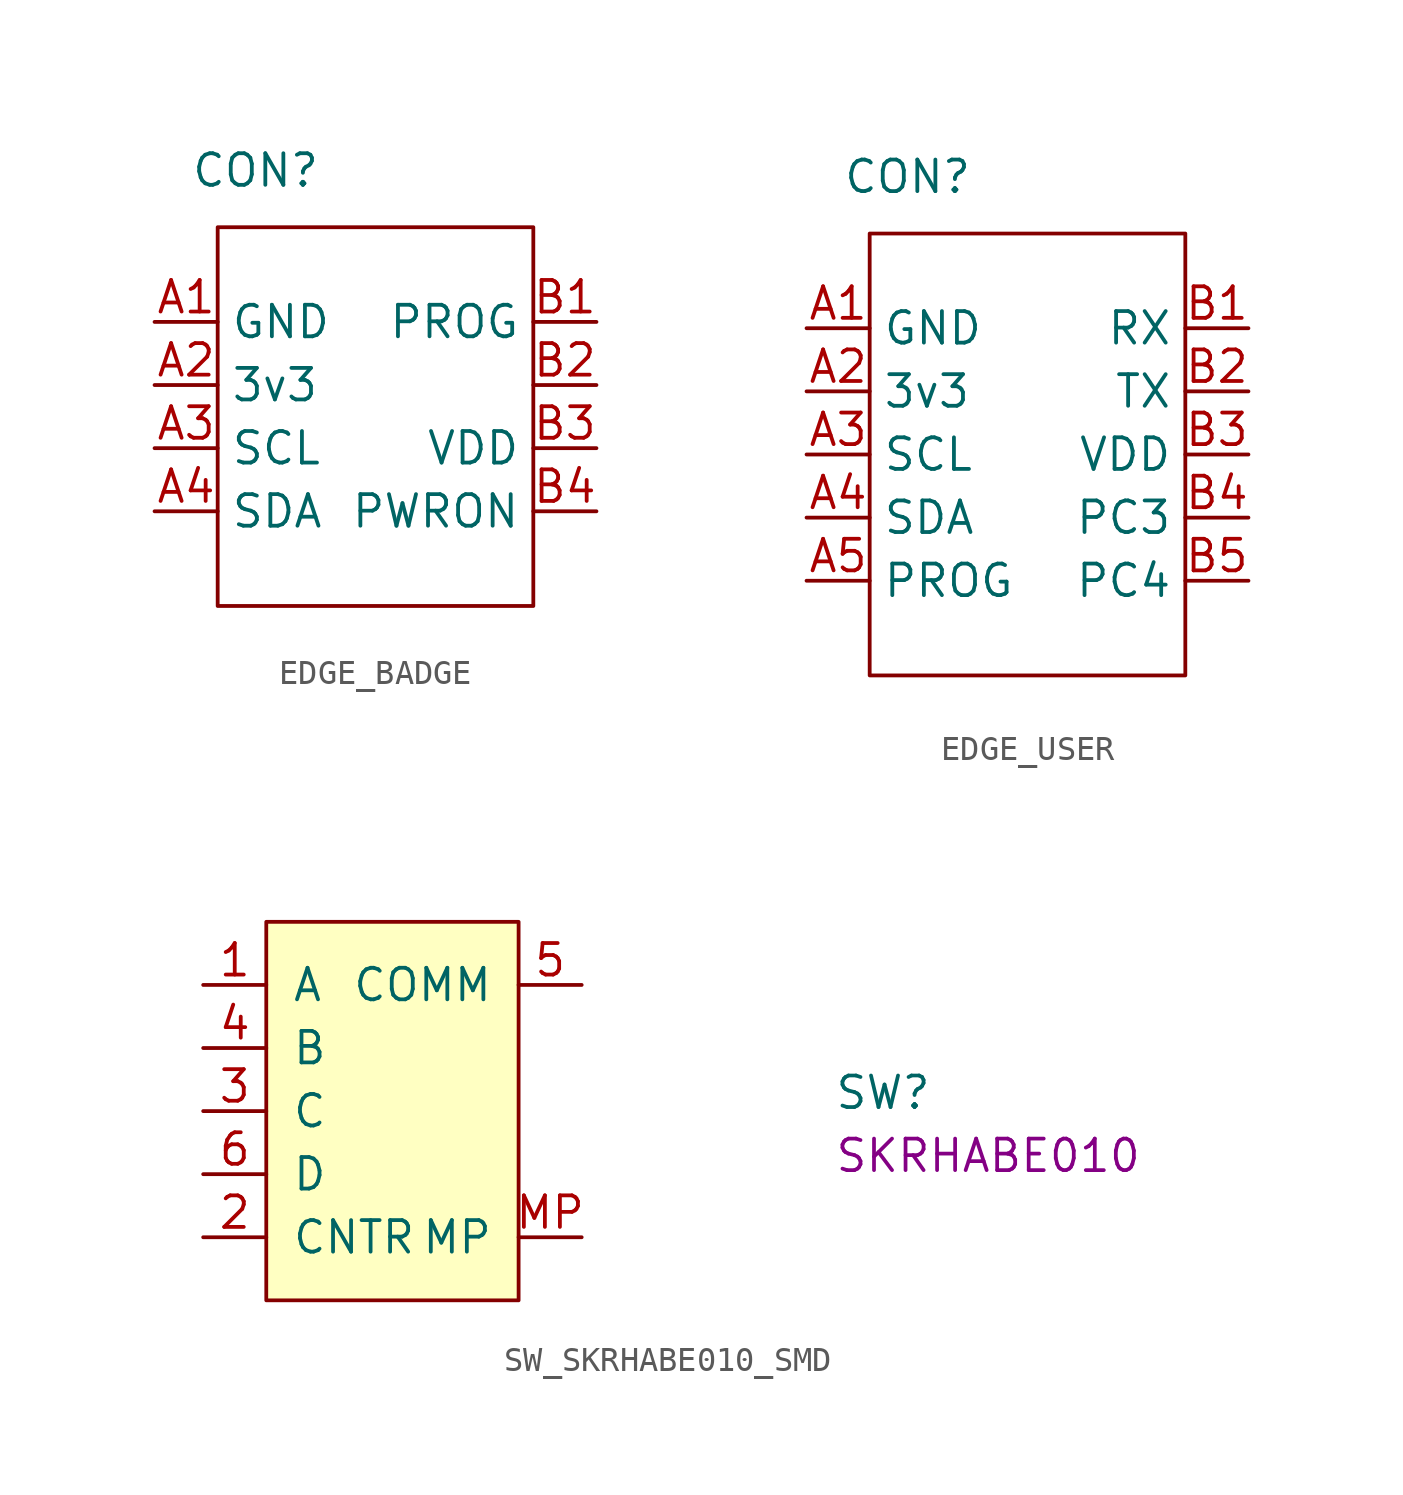
<source format=kicad_sym>
(kicad_symbol_lib
  (version 20231120)
  (generator "kicad_symbol_editor")
  (generator_version "8.0")
  (symbol "EDGE_BADGE"
    (property "Reference" "CON"
      (at -2.286 3.556 0)
      (effects (font (size 1.27 1.27))))
    (property "Value" ""
      (at 0 0 0)
      (effects (font (size 1.27 1.27))))
    (symbol "EDGE_BADGE_0_1"
      (rectangle (start -3.81 1.27) (end 8.89 -13.97) (stroke (width 0) (type default)) (fill (type none))))
    (symbol "EDGE_BADGE_1_1"
      (pin passive line (at -6.35 -2.54 0) (length 2.54) (name "GND" (effects (font (size 1.27 1.27)))) (number "A1" (effects (font (size 1.27 1.27)))))
      (pin passive line (at -6.35 -5.08 0) (length 2.54) (name "3v3" (effects (font (size 1.27 1.27)))) (number "A2" (effects (font (size 1.27 1.27)))))
      (pin passive line (at -6.35 -7.62 0) (length 2.54) (name "SCL" (effects (font (size 1.27 1.27)))) (number "A3" (effects (font (size 1.27 1.27)))))
      (pin passive line (at -6.35 -10.16 0) (length 2.54) (name "SDA" (effects (font (size 1.27 1.27)))) (number "A4" (effects (font (size 1.27 1.27)))))
      (pin passive line (at 11.43 -2.54 180) (length 2.54) (name "PROG" (effects (font (size 1.27 1.27)))) (number "B1" (effects (font (size 1.27 1.27)))))
      (pin passive line (at 11.43 -5.08 180) (length 2.54) (name "" (effects (font (size 1.27 1.27)))) (number "B2" (effects (font (size 1.27 1.27)))))
      (pin passive line (at 11.43 -7.62 180) (length 2.54) (name "VDD" (effects (font (size 1.27 1.27)))) (number "B3" (effects (font (size 1.27 1.27)))))
      (pin passive line (at 11.43 -10.16 180) (length 2.54) (name "PWRON" (effects (font (size 1.27 1.27)))) (number "B4" (effects (font (size 1.27 1.27)))))))
  (symbol "EDGE_USER"
    (property "Reference" "CON"
      (at -2.286 3.556 0)
      (effects (font (size 1.27 1.27))))
    (property "Value" ""
      (at 0 0 0)
      (effects (font (size 1.27 1.27))))
    (symbol "EDGE_USER_0_1"
      (rectangle (start -3.81 1.27) (end 8.89 -16.51) (stroke (width 0) (type default)) (fill (type none))))
    (symbol "EDGE_USER_1_1"
      (pin passive line (at -6.35 -2.54 0) (length 2.54) (name "GND" (effects (font (size 1.27 1.27)))) (number "A1" (effects (font (size 1.27 1.27)))))
      (pin passive line (at -6.35 -5.08 0) (length 2.54) (name "3v3" (effects (font (size 1.27 1.27)))) (number "A2" (effects (font (size 1.27 1.27)))))
      (pin passive line (at -6.35 -7.62 0) (length 2.54) (name "SCL" (effects (font (size 1.27 1.27)))) (number "A3" (effects (font (size 1.27 1.27)))))
      (pin passive line (at -6.35 -10.16 0) (length 2.54) (name "SDA" (effects (font (size 1.27 1.27)))) (number "A4" (effects (font (size 1.27 1.27)))))
      (pin passive line (at -6.35 -12.7 0) (length 2.54) (name "PROG" (effects (font (size 1.27 1.27)))) (number "A5" (effects (font (size 1.27 1.27)))))
      (pin passive line (at 11.43 -2.54 180) (length 2.54) (name "RX" (effects (font (size 1.27 1.27)))) (number "B1" (effects (font (size 1.27 1.27)))))
      (pin passive line (at 11.43 -5.08 180) (length 2.54) (name "TX" (effects (font (size 1.27 1.27)))) (number "B2" (effects (font (size 1.27 1.27)))))
      (pin passive line (at 11.43 -7.62 180) (length 2.54) (name "VDD" (effects (font (size 1.27 1.27)))) (number "B3" (effects (font (size 1.27 1.27)))))
      (pin passive line (at 11.43 -10.16 180) (length 2.54) (name "PC3" (effects (font (size 1.27 1.27)))) (number "B4" (effects (font (size 1.27 1.27)))))
      (pin passive line (at 11.43 -12.7 180) (length 2.54) (name "PC4" (effects (font (size 1.27 1.27)))) (number "B5" (effects (font (size 1.27 1.27)))))))
  (symbol "SW_SKRHABE010_SMD"
    (pin_names
      (offset 1.016))
    (property "Reference" "SW"
      (at 25.4 -5.08 0)
      (effects (font (size 1.27 1.27) (thickness 0.15)) (justify left bottom)))
    (property "MPN" "SKRHABE010"
      (at 25.4 -7.62 0)
      (effects (font (size 1.27 1.27) (thickness 0.15)) (justify left bottom)))
    (symbol "SW_SKRHABE010_SMD_0_0"
      (pin passive line (at 0 -5.08 0) (length 2.54) (name "C" (effects (font (size 1.27 1.27)))) (number "3" (effects (font (size 1.27 1.27)))))
      (pin passive line (at 0 -2.54 0) (length 2.54) (name "B" (effects (font (size 1.27 1.27)))) (number "4" (effects (font (size 1.27 1.27)))))
      (pin passive line (at 15.24 0 180) (length 2.54) (name "COMM" (effects (font (size 1.27 1.27)))) (number "5" (effects (font (size 1.27 1.27)))))
      (pin passive line (at 0 -7.62 0) (length 2.54) (name "D" (effects (font (size 1.27 1.27)))) (number "6" (effects (font (size 1.27 1.27)))))
      (pin passive line (at 15.24 -10.16 180) (length 2.54) (name "MP" (effects (font (size 1.27 1.27)))) (number "MP" (effects (font (size 1.27 1.27))))))
    (symbol "SW_SKRHABE010_SMD_0_1"
      (rectangle (start 2.54 2.54) (end 12.7 -12.7) (stroke (width 0) (type default)) (fill (type background))))
    (symbol "SW_SKRHABE010_SMD_1_1"
      (pin passive line (at 0 0 0) (length 2.54) (name "A" (effects (font (size 1.27 1.27)))) (number "1" (effects (font (size 1.27 1.27)))))
      (pin passive line (at 0 -10.16 0) (length 2.54) (name "CNTR" (effects (font (size 1.27 1.27)))) (number "2" (effects (font (size 1.27 1.27))))))))
</source>
